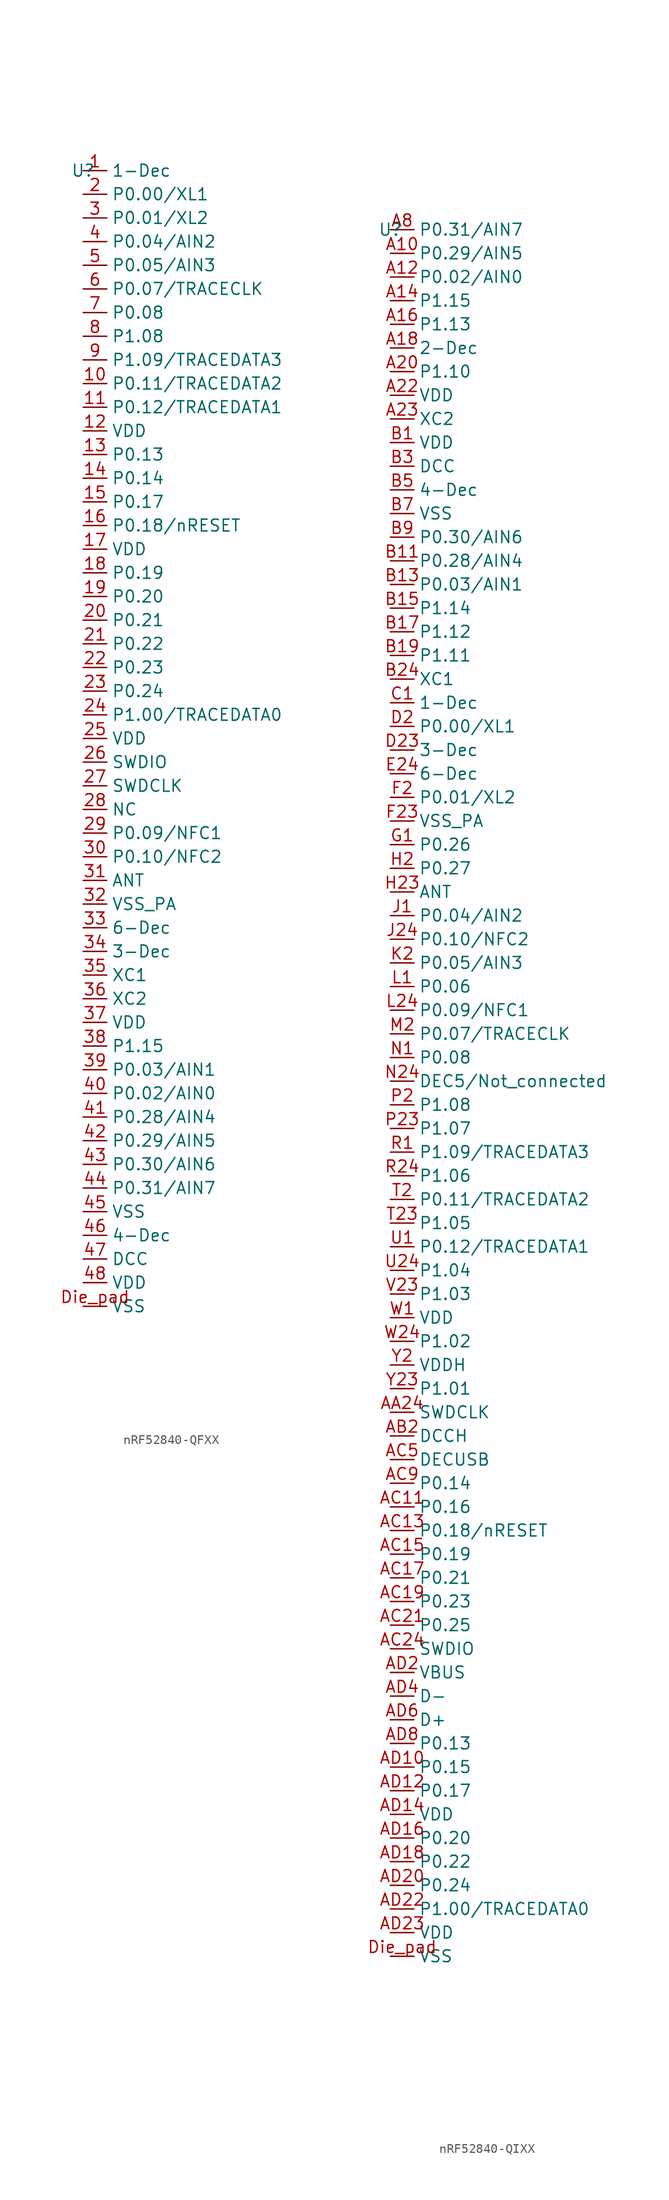
<source format=kicad_sym>
(kicad_symbol_lib
  (version 20220914)
  (generator kicad_symbol_editor)
  (symbol "nRF52840-QFXX"
    (property "Reference" "U"
      (at 0 0 0)
      (effects (font (size 1.27 1.27))))
    (property "Value" ""
      (at 0 0 0)
      (effects (font (size 1.27 1.27))))
    (symbol "nRF52840-QFXX_0_0"
      (pin unspecified line (at 0 0 0) (length 2.54) (name "1-Dec" (effects (font (size 1.27 1.27)))) (number "1" (effects (font (size 1.27 1.27)))))
      (pin unspecified line (at 0 -22.86 0) (length 2.54) (name "P0.11/TRACEDATA2" (effects (font (size 1.27 1.27)))) (number "10" (effects (font (size 1.27 1.27)))))
      (pin unspecified line (at 0 -25.4 0) (length 2.54) (name "P0.12/TRACEDATA1" (effects (font (size 1.27 1.27)))) (number "11" (effects (font (size 1.27 1.27)))))
      (pin unspecified line (at 0 -27.94 0) (length 2.54) (name "VDD" (effects (font (size 1.27 1.27)))) (number "12" (effects (font (size 1.27 1.27)))))
      (pin unspecified line (at 0 -30.48 0) (length 2.54) (name "P0.13" (effects (font (size 1.27 1.27)))) (number "13" (effects (font (size 1.27 1.27)))))
      (pin unspecified line (at 0 -33.02 0) (length 2.54) (name "P0.14" (effects (font (size 1.27 1.27)))) (number "14" (effects (font (size 1.27 1.27)))))
      (pin unspecified line (at 0 -35.56 0) (length 2.54) (name "P0.17" (effects (font (size 1.27 1.27)))) (number "15" (effects (font (size 1.27 1.27)))))
      (pin unspecified line (at 0 -38.1 0) (length 2.54) (name "P0.18/nRESET" (effects (font (size 1.27 1.27)))) (number "16" (effects (font (size 1.27 1.27)))))
      (pin unspecified line (at 0 -40.64 0) (length 2.54) (name "VDD" (effects (font (size 1.27 1.27)))) (number "17" (effects (font (size 1.27 1.27)))))
      (pin unspecified line (at 0 -43.18 0) (length 2.54) (name "P0.19" (effects (font (size 1.27 1.27)))) (number "18" (effects (font (size 1.27 1.27)))))
      (pin unspecified line (at 0 -45.72 0) (length 2.54) (name "P0.20" (effects (font (size 1.27 1.27)))) (number "19" (effects (font (size 1.27 1.27)))))
      (pin unspecified line (at 0 -2.54 0) (length 2.54) (name "P0.00/XL1" (effects (font (size 1.27 1.27)))) (number "2" (effects (font (size 1.27 1.27)))))
      (pin unspecified line (at 0 -48.26 0) (length 2.54) (name "P0.21" (effects (font (size 1.27 1.27)))) (number "20" (effects (font (size 1.27 1.27)))))
      (pin unspecified line (at 0 -50.8 0) (length 2.54) (name "P0.22" (effects (font (size 1.27 1.27)))) (number "21" (effects (font (size 1.27 1.27)))))
      (pin unspecified line (at 0 -53.34 0) (length 2.54) (name "P0.23" (effects (font (size 1.27 1.27)))) (number "22" (effects (font (size 1.27 1.27)))))
      (pin unspecified line (at 0 -55.88 0) (length 2.54) (name "P0.24" (effects (font (size 1.27 1.27)))) (number "23" (effects (font (size 1.27 1.27)))))
      (pin unspecified line (at 0 -58.42 0) (length 2.54) (name "P1.00/TRACEDATA0" (effects (font (size 1.27 1.27)))) (number "24" (effects (font (size 1.27 1.27)))))
      (pin unspecified line (at 0 -60.96 0) (length 2.54) (name "VDD" (effects (font (size 1.27 1.27)))) (number "25" (effects (font (size 1.27 1.27)))))
      (pin unspecified line (at 0 -63.5 0) (length 2.54) (name "SWDIO" (effects (font (size 1.27 1.27)))) (number "26" (effects (font (size 1.27 1.27)))))
      (pin unspecified line (at 0 -66.04 0) (length 2.54) (name "SWDCLK" (effects (font (size 1.27 1.27)))) (number "27" (effects (font (size 1.27 1.27)))))
      (pin unspecified line (at 0 -68.58 0) (length 2.54) (name "NC" (effects (font (size 1.27 1.27)))) (number "28" (effects (font (size 1.27 1.27)))))
      (pin unspecified line (at 0 -71.12 0) (length 2.54) (name "P0.09/NFC1" (effects (font (size 1.27 1.27)))) (number "29" (effects (font (size 1.27 1.27)))))
      (pin unspecified line (at 0 -5.08 0) (length 2.54) (name "P0.01/XL2" (effects (font (size 1.27 1.27)))) (number "3" (effects (font (size 1.27 1.27)))))
      (pin unspecified line (at 0 -73.66 0) (length 2.54) (name "P0.10/NFC2" (effects (font (size 1.27 1.27)))) (number "30" (effects (font (size 1.27 1.27)))))
      (pin unspecified line (at 0 -76.2 0) (length 2.54) (name "ANT" (effects (font (size 1.27 1.27)))) (number "31" (effects (font (size 1.27 1.27)))))
      (pin unspecified line (at 0 -78.74 0) (length 2.54) (name "VSS_PA" (effects (font (size 1.27 1.27)))) (number "32" (effects (font (size 1.27 1.27)))))
      (pin unspecified line (at 0 -81.28 0) (length 2.54) (name "6-Dec" (effects (font (size 1.27 1.27)))) (number "33" (effects (font (size 1.27 1.27)))))
      (pin unspecified line (at 0 -83.82 0) (length 2.54) (name "3-Dec" (effects (font (size 1.27 1.27)))) (number "34" (effects (font (size 1.27 1.27)))))
      (pin unspecified line (at 0 -86.36 0) (length 2.54) (name "XC1" (effects (font (size 1.27 1.27)))) (number "35" (effects (font (size 1.27 1.27)))))
      (pin unspecified line (at 0 -88.9 0) (length 2.54) (name "XC2" (effects (font (size 1.27 1.27)))) (number "36" (effects (font (size 1.27 1.27)))))
      (pin unspecified line (at 0 -91.44 0) (length 2.54) (name "VDD" (effects (font (size 1.27 1.27)))) (number "37" (effects (font (size 1.27 1.27)))))
      (pin unspecified line (at 0 -93.98 0) (length 2.54) (name "P1.15" (effects (font (size 1.27 1.27)))) (number "38" (effects (font (size 1.27 1.27)))))
      (pin unspecified line (at 0 -96.52 0) (length 2.54) (name "P0.03/AIN1" (effects (font (size 1.27 1.27)))) (number "39" (effects (font (size 1.27 1.27)))))
      (pin unspecified line (at 0 -7.62 0) (length 2.54) (name "P0.04/AIN2" (effects (font (size 1.27 1.27)))) (number "4" (effects (font (size 1.27 1.27)))))
      (pin unspecified line (at 0 -99.06 0) (length 2.54) (name "P0.02/AIN0" (effects (font (size 1.27 1.27)))) (number "40" (effects (font (size 1.27 1.27)))))
      (pin unspecified line (at 0 -101.6 0) (length 2.54) (name "P0.28/AIN4" (effects (font (size 1.27 1.27)))) (number "41" (effects (font (size 1.27 1.27)))))
      (pin unspecified line (at 0 -104.14 0) (length 2.54) (name "P0.29/AIN5" (effects (font (size 1.27 1.27)))) (number "42" (effects (font (size 1.27 1.27)))))
      (pin unspecified line (at 0 -106.68 0) (length 2.54) (name "P0.30/AIN6" (effects (font (size 1.27 1.27)))) (number "43" (effects (font (size 1.27 1.27)))))
      (pin unspecified line (at 0 -109.22 0) (length 2.54) (name "P0.31/AIN7" (effects (font (size 1.27 1.27)))) (number "44" (effects (font (size 1.27 1.27)))))
      (pin unspecified line (at 0 -111.76 0) (length 2.54) (name "VSS" (effects (font (size 1.27 1.27)))) (number "45" (effects (font (size 1.27 1.27)))))
      (pin unspecified line (at 0 -114.3 0) (length 2.54) (name "4-Dec" (effects (font (size 1.27 1.27)))) (number "46" (effects (font (size 1.27 1.27)))))
      (pin unspecified line (at 0 -116.84 0) (length 2.54) (name "DCC" (effects (font (size 1.27 1.27)))) (number "47" (effects (font (size 1.27 1.27)))))
      (pin unspecified line (at 0 -119.38 0) (length 2.54) (name "VDD" (effects (font (size 1.27 1.27)))) (number "48" (effects (font (size 1.27 1.27)))))
      (pin unspecified line (at 0 -10.16 0) (length 2.54) (name "P0.05/AIN3" (effects (font (size 1.27 1.27)))) (number "5" (effects (font (size 1.27 1.27)))))
      (pin unspecified line (at 0 -12.7 0) (length 2.54) (name "P0.07/TRACECLK" (effects (font (size 1.27 1.27)))) (number "6" (effects (font (size 1.27 1.27)))))
      (pin unspecified line (at 0 -15.24 0) (length 2.54) (name "P0.08" (effects (font (size 1.27 1.27)))) (number "7" (effects (font (size 1.27 1.27)))))
      (pin unspecified line (at 0 -17.78 0) (length 2.54) (name "P1.08" (effects (font (size 1.27 1.27)))) (number "8" (effects (font (size 1.27 1.27)))))
      (pin unspecified line (at 0 -20.32 0) (length 2.54) (name "P1.09/TRACEDATA3" (effects (font (size 1.27 1.27)))) (number "9" (effects (font (size 1.27 1.27)))))
      (pin unspecified line (at 0 -121.92 0) (length 2.54) (name "VSS" (effects (font (size 1.27 1.27)))) (number "Die_pad" (effects (font (size 1.27 1.27)))))))
  (symbol "nRF52840-QIXX"
    (property "Reference" "U"
      (at 0 0 0)
      (effects (font (size 1.27 1.27))))
    (property "Value" ""
      (at 0 0 0)
      (effects (font (size 1.27 1.27))))
    (symbol "nRF52840-QIXX_0_0"
      (pin unspecified line (at 0 -2.54 0) (length 2.54) (name "P0.29/AIN5" (effects (font (size 1.27 1.27)))) (number "A10" (effects (font (size 1.27 1.27)))))
      (pin unspecified line (at 0 -5.08 0) (length 2.54) (name "P0.02/AIN0" (effects (font (size 1.27 1.27)))) (number "A12" (effects (font (size 1.27 1.27)))))
      (pin unspecified line (at 0 -7.62 0) (length 2.54) (name "P1.15" (effects (font (size 1.27 1.27)))) (number "A14" (effects (font (size 1.27 1.27)))))
      (pin unspecified line (at 0 -10.16 0) (length 2.54) (name "P1.13" (effects (font (size 1.27 1.27)))) (number "A16" (effects (font (size 1.27 1.27)))))
      (pin unspecified line (at 0 -12.7 0) (length 2.54) (name "2-Dec" (effects (font (size 1.27 1.27)))) (number "A18" (effects (font (size 1.27 1.27)))))
      (pin unspecified line (at 0 -15.24 0) (length 2.54) (name "P1.10" (effects (font (size 1.27 1.27)))) (number "A20" (effects (font (size 1.27 1.27)))))
      (pin unspecified line (at 0 -17.78 0) (length 2.54) (name "VDD" (effects (font (size 1.27 1.27)))) (number "A22" (effects (font (size 1.27 1.27)))))
      (pin unspecified line (at 0 -20.32 0) (length 2.54) (name "XC2" (effects (font (size 1.27 1.27)))) (number "A23" (effects (font (size 1.27 1.27)))))
      (pin unspecified line (at 0 0 0) (length 2.54) (name "P0.31/AIN7" (effects (font (size 1.27 1.27)))) (number "A8" (effects (font (size 1.27 1.27)))))
      (pin unspecified line (at 0 -127 0) (length 2.54) (name "SWDCLK" (effects (font (size 1.27 1.27)))) (number "AA24" (effects (font (size 1.27 1.27)))))
      (pin unspecified line (at 0 -129.54 0) (length 2.54) (name "DCCH" (effects (font (size 1.27 1.27)))) (number "AB2" (effects (font (size 1.27 1.27)))))
      (pin unspecified line (at 0 -137.16 0) (length 2.54) (name "P0.16" (effects (font (size 1.27 1.27)))) (number "AC11" (effects (font (size 1.27 1.27)))))
      (pin unspecified line (at 0 -139.7 0) (length 2.54) (name "P0.18/nRESET" (effects (font (size 1.27 1.27)))) (number "AC13" (effects (font (size 1.27 1.27)))))
      (pin unspecified line (at 0 -142.24 0) (length 2.54) (name "P0.19" (effects (font (size 1.27 1.27)))) (number "AC15" (effects (font (size 1.27 1.27)))))
      (pin unspecified line (at 0 -144.78 0) (length 2.54) (name "P0.21" (effects (font (size 1.27 1.27)))) (number "AC17" (effects (font (size 1.27 1.27)))))
      (pin unspecified line (at 0 -147.32 0) (length 2.54) (name "P0.23" (effects (font (size 1.27 1.27)))) (number "AC19" (effects (font (size 1.27 1.27)))))
      (pin unspecified line (at 0 -149.86 0) (length 2.54) (name "P0.25" (effects (font (size 1.27 1.27)))) (number "AC21" (effects (font (size 1.27 1.27)))))
      (pin unspecified line (at 0 -152.4 0) (length 2.54) (name "SWDIO" (effects (font (size 1.27 1.27)))) (number "AC24" (effects (font (size 1.27 1.27)))))
      (pin unspecified line (at 0 -132.08 0) (length 2.54) (name "DECUSB" (effects (font (size 1.27 1.27)))) (number "AC5" (effects (font (size 1.27 1.27)))))
      (pin unspecified line (at 0 -134.62 0) (length 2.54) (name "P0.14" (effects (font (size 1.27 1.27)))) (number "AC9" (effects (font (size 1.27 1.27)))))
      (pin unspecified line (at 0 -165.1 0) (length 2.54) (name "P0.15" (effects (font (size 1.27 1.27)))) (number "AD10" (effects (font (size 1.27 1.27)))))
      (pin unspecified line (at 0 -167.64 0) (length 2.54) (name "P0.17" (effects (font (size 1.27 1.27)))) (number "AD12" (effects (font (size 1.27 1.27)))))
      (pin unspecified line (at 0 -170.18 0) (length 2.54) (name "VDD" (effects (font (size 1.27 1.27)))) (number "AD14" (effects (font (size 1.27 1.27)))))
      (pin unspecified line (at 0 -172.72 0) (length 2.54) (name "P0.20" (effects (font (size 1.27 1.27)))) (number "AD16" (effects (font (size 1.27 1.27)))))
      (pin unspecified line (at 0 -175.26 0) (length 2.54) (name "P0.22" (effects (font (size 1.27 1.27)))) (number "AD18" (effects (font (size 1.27 1.27)))))
      (pin unspecified line (at 0 -154.94 0) (length 2.54) (name "VBUS" (effects (font (size 1.27 1.27)))) (number "AD2" (effects (font (size 1.27 1.27)))))
      (pin unspecified line (at 0 -177.8 0) (length 2.54) (name "P0.24" (effects (font (size 1.27 1.27)))) (number "AD20" (effects (font (size 1.27 1.27)))))
      (pin unspecified line (at 0 -180.34 0) (length 2.54) (name "P1.00/TRACEDATA0" (effects (font (size 1.27 1.27)))) (number "AD22" (effects (font (size 1.27 1.27)))))
      (pin unspecified line (at 0 -182.88 0) (length 2.54) (name "VDD" (effects (font (size 1.27 1.27)))) (number "AD23" (effects (font (size 1.27 1.27)))))
      (pin unspecified line (at 0 -157.48 0) (length 2.54) (name "D-" (effects (font (size 1.27 1.27)))) (number "AD4" (effects (font (size 1.27 1.27)))))
      (pin unspecified line (at 0 -160.02 0) (length 2.54) (name "D+" (effects (font (size 1.27 1.27)))) (number "AD6" (effects (font (size 1.27 1.27)))))
      (pin unspecified line (at 0 -162.56 0) (length 2.54) (name "P0.13" (effects (font (size 1.27 1.27)))) (number "AD8" (effects (font (size 1.27 1.27)))))
      (pin unspecified line (at 0 -22.86 0) (length 2.54) (name "VDD" (effects (font (size 1.27 1.27)))) (number "B1" (effects (font (size 1.27 1.27)))))
      (pin unspecified line (at 0 -35.56 0) (length 2.54) (name "P0.28/AIN4" (effects (font (size 1.27 1.27)))) (number "B11" (effects (font (size 1.27 1.27)))))
      (pin unspecified line (at 0 -38.1 0) (length 2.54) (name "P0.03/AIN1" (effects (font (size 1.27 1.27)))) (number "B13" (effects (font (size 1.27 1.27)))))
      (pin unspecified line (at 0 -40.64 0) (length 2.54) (name "P1.14" (effects (font (size 1.27 1.27)))) (number "B15" (effects (font (size 1.27 1.27)))))
      (pin unspecified line (at 0 -43.18 0) (length 2.54) (name "P1.12" (effects (font (size 1.27 1.27)))) (number "B17" (effects (font (size 1.27 1.27)))))
      (pin unspecified line (at 0 -45.72 0) (length 2.54) (name "P1.11" (effects (font (size 1.27 1.27)))) (number "B19" (effects (font (size 1.27 1.27)))))
      (pin unspecified line (at 0 -48.26 0) (length 2.54) (name "XC1" (effects (font (size 1.27 1.27)))) (number "B24" (effects (font (size 1.27 1.27)))))
      (pin unspecified line (at 0 -25.4 0) (length 2.54) (name "DCC" (effects (font (size 1.27 1.27)))) (number "B3" (effects (font (size 1.27 1.27)))))
      (pin unspecified line (at 0 -27.94 0) (length 2.54) (name "4-Dec" (effects (font (size 1.27 1.27)))) (number "B5" (effects (font (size 1.27 1.27)))))
      (pin unspecified line (at 0 -30.48 0) (length 2.54) (name "VSS" (effects (font (size 1.27 1.27)))) (number "B7" (effects (font (size 1.27 1.27)))))
      (pin unspecified line (at 0 -33.02 0) (length 2.54) (name "P0.30/AIN6" (effects (font (size 1.27 1.27)))) (number "B9" (effects (font (size 1.27 1.27)))))
      (pin unspecified line (at 0 -50.8 0) (length 2.54) (name "1-Dec" (effects (font (size 1.27 1.27)))) (number "C1" (effects (font (size 1.27 1.27)))))
      (pin unspecified line (at 0 -53.34 0) (length 2.54) (name "P0.00/XL1" (effects (font (size 1.27 1.27)))) (number "D2" (effects (font (size 1.27 1.27)))))
      (pin unspecified line (at 0 -55.88 0) (length 2.54) (name "3-Dec" (effects (font (size 1.27 1.27)))) (number "D23" (effects (font (size 1.27 1.27)))))
      (pin unspecified line (at 0 -185.42 0) (length 2.54) (name "VSS" (effects (font (size 1.27 1.27)))) (number "Die_pad" (effects (font (size 1.27 1.27)))))
      (pin unspecified line (at 0 -58.42 0) (length 2.54) (name "6-Dec" (effects (font (size 1.27 1.27)))) (number "E24" (effects (font (size 1.27 1.27)))))
      (pin unspecified line (at 0 -60.96 0) (length 2.54) (name "P0.01/XL2" (effects (font (size 1.27 1.27)))) (number "F2" (effects (font (size 1.27 1.27)))))
      (pin unspecified line (at 0 -63.5 0) (length 2.54) (name "VSS_PA" (effects (font (size 1.27 1.27)))) (number "F23" (effects (font (size 1.27 1.27)))))
      (pin unspecified line (at 0 -66.04 0) (length 2.54) (name "P0.26" (effects (font (size 1.27 1.27)))) (number "G1" (effects (font (size 1.27 1.27)))))
      (pin unspecified line (at 0 -68.58 0) (length 2.54) (name "P0.27" (effects (font (size 1.27 1.27)))) (number "H2" (effects (font (size 1.27 1.27)))))
      (pin unspecified line (at 0 -71.12 0) (length 2.54) (name "ANT" (effects (font (size 1.27 1.27)))) (number "H23" (effects (font (size 1.27 1.27)))))
      (pin unspecified line (at 0 -73.66 0) (length 2.54) (name "P0.04/AIN2" (effects (font (size 1.27 1.27)))) (number "J1" (effects (font (size 1.27 1.27)))))
      (pin unspecified line (at 0 -76.2 0) (length 2.54) (name "P0.10/NFC2" (effects (font (size 1.27 1.27)))) (number "J24" (effects (font (size 1.27 1.27)))))
      (pin unspecified line (at 0 -78.74 0) (length 2.54) (name "P0.05/AIN3" (effects (font (size 1.27 1.27)))) (number "K2" (effects (font (size 1.27 1.27)))))
      (pin unspecified line (at 0 -81.28 0) (length 2.54) (name "P0.06" (effects (font (size 1.27 1.27)))) (number "L1" (effects (font (size 1.27 1.27)))))
      (pin unspecified line (at 0 -83.82 0) (length 2.54) (name "P0.09/NFC1" (effects (font (size 1.27 1.27)))) (number "L24" (effects (font (size 1.27 1.27)))))
      (pin unspecified line (at 0 -86.36 0) (length 2.54) (name "P0.07/TRACECLK" (effects (font (size 1.27 1.27)))) (number "M2" (effects (font (size 1.27 1.27)))))
      (pin unspecified line (at 0 -88.9 0) (length 2.54) (name "P0.08" (effects (font (size 1.27 1.27)))) (number "N1" (effects (font (size 1.27 1.27)))))
      (pin unspecified line (at 0 -91.44 0) (length 2.54) (name "DEC5/Not_connected" (effects (font (size 1.27 1.27)))) (number "N24" (effects (font (size 1.27 1.27)))))
      (pin unspecified line (at 0 -93.98 0) (length 2.54) (name "P1.08" (effects (font (size 1.27 1.27)))) (number "P2" (effects (font (size 1.27 1.27)))))
      (pin unspecified line (at 0 -96.52 0) (length 2.54) (name "P1.07" (effects (font (size 1.27 1.27)))) (number "P23" (effects (font (size 1.27 1.27)))))
      (pin unspecified line (at 0 -99.06 0) (length 2.54) (name "P1.09/TRACEDATA3" (effects (font (size 1.27 1.27)))) (number "R1" (effects (font (size 1.27 1.27)))))
      (pin unspecified line (at 0 -101.6 0) (length 2.54) (name "P1.06" (effects (font (size 1.27 1.27)))) (number "R24" (effects (font (size 1.27 1.27)))))
      (pin unspecified line (at 0 -104.14 0) (length 2.54) (name "P0.11/TRACEDATA2" (effects (font (size 1.27 1.27)))) (number "T2" (effects (font (size 1.27 1.27)))))
      (pin unspecified line (at 0 -106.68 0) (length 2.54) (name "P1.05" (effects (font (size 1.27 1.27)))) (number "T23" (effects (font (size 1.27 1.27)))))
      (pin unspecified line (at 0 -109.22 0) (length 2.54) (name "P0.12/TRACEDATA1" (effects (font (size 1.27 1.27)))) (number "U1" (effects (font (size 1.27 1.27)))))
      (pin unspecified line (at 0 -111.76 0) (length 2.54) (name "P1.04" (effects (font (size 1.27 1.27)))) (number "U24" (effects (font (size 1.27 1.27)))))
      (pin unspecified line (at 0 -114.3 0) (length 2.54) (name "P1.03" (effects (font (size 1.27 1.27)))) (number "V23" (effects (font (size 1.27 1.27)))))
      (pin unspecified line (at 0 -116.84 0) (length 2.54) (name "VDD" (effects (font (size 1.27 1.27)))) (number "W1" (effects (font (size 1.27 1.27)))))
      (pin unspecified line (at 0 -119.38 0) (length 2.54) (name "P1.02" (effects (font (size 1.27 1.27)))) (number "W24" (effects (font (size 1.27 1.27)))))
      (pin unspecified line (at 0 -121.92 0) (length 2.54) (name "VDDH" (effects (font (size 1.27 1.27)))) (number "Y2" (effects (font (size 1.27 1.27)))))
      (pin unspecified line (at 0 -124.46 0) (length 2.54) (name "P1.01" (effects (font (size 1.27 1.27)))) (number "Y23" (effects (font (size 1.27 1.27))))))))
</source>
